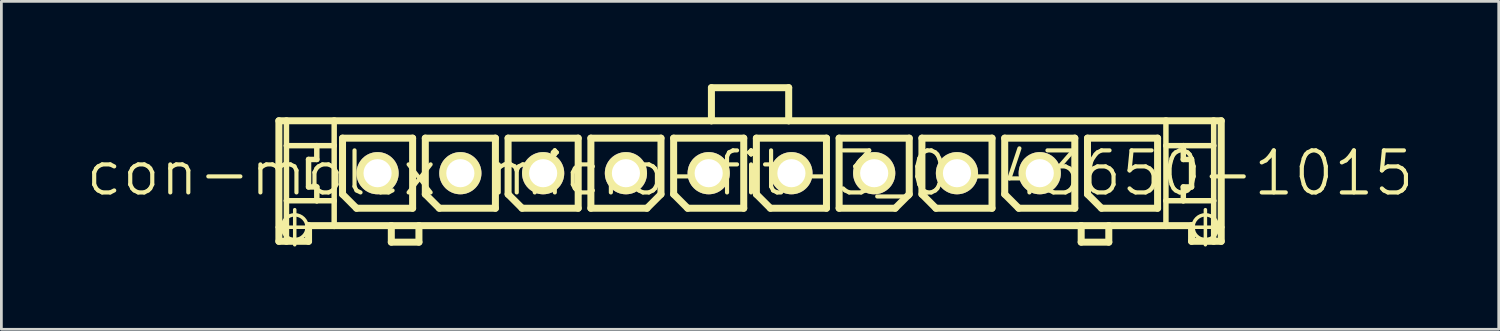
<source format=kicad_pcb>
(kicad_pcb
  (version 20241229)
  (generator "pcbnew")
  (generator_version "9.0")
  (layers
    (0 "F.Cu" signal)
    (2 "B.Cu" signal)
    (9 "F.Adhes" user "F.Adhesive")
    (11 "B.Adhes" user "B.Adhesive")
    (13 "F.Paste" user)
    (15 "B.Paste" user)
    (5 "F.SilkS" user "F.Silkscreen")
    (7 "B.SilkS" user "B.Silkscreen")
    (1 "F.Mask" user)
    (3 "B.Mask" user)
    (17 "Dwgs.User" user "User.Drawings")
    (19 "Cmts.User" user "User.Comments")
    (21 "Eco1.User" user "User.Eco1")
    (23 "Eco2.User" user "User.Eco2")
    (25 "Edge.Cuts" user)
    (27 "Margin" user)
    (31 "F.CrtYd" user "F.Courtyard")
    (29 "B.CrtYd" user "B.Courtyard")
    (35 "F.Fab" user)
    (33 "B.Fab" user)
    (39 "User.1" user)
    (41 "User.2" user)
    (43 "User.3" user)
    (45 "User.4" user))
  (footprint "con-molex-micro-fit-3_0-43650-1015"
    (layer "F.Cu")
    (at 24.13 3.226)
    (property "Reference" "con-molex-micro-fit-3_0-43650-1015" (at 0 0 0) (layer "F.SilkS") (effects (font (size 1.524 1.524) (thickness 0.15))))
    (attr exclude_from_pos_files exclude_from_bom)
    (fp_line (start -17.135 1.958) (end -15.865 1.958) (stroke (width 0.127) (type solid)) (layer "F.SilkS"))
    (fp_line (start -17.074 -1.9) (end -16.8 -1.9) (stroke (width 0.254) (type solid)) (layer "F.SilkS"))
    (fp_line (start -17.074 2.469) (end -17.074 -1.9) (stroke (width 0.254) (type solid)) (layer "F.SilkS"))
    (fp_line (start -16.8 -1.9) (end -15.07 -1.9) (stroke (width 0.254) (type solid)) (layer "F.SilkS"))
    (fp_line (start -16.8 -0.998) (end -16.8 -1.9) (stroke (width 0.198) (type solid)) (layer "F.SilkS"))
    (fp_line (start -16.8 0.998) (end -16.8 -0.998) (stroke (width 0.198) (type solid)) (layer "F.SilkS"))
    (fp_line (start -16.8 2.469) (end -17.074 2.469) (stroke (width 0.254) (type solid)) (layer "F.SilkS"))
    (fp_line (start -16.8 2.469) (end -16.8 0.998) (stroke (width 0.198) (type solid)) (layer "F.SilkS"))
    (fp_line (start -16.5 2.593) (end -16.5 1.323) (stroke (width 0.127) (type solid)) (layer "F.SilkS"))
    (fp_line (start -15.999 -0.498) (end -15.999 0.498) (stroke (width 0.198) (type solid)) (layer "F.SilkS"))
    (fp_line (start -15.999 0.498) (end -15.7 0.498) (stroke (width 0.198) (type solid)) (layer "F.SilkS"))
    (fp_line (start -15.999 1.9) (end -15.999 2.469) (stroke (width 0.254) (type solid)) (layer "F.SilkS"))
    (fp_line (start -15.999 2.469) (end -16.8 2.469) (stroke (width 0.254) (type solid)) (layer "F.SilkS"))
    (fp_line (start -15.7 -0.998) (end -16.8 -0.998) (stroke (width 0.198) (type solid)) (layer "F.SilkS"))
    (fp_line (start -15.7 -0.998) (end -15.7 -0.498) (stroke (width 0.198) (type solid)) (layer "F.SilkS"))
    (fp_line (start -15.7 -0.498) (end -15.999 -0.498) (stroke (width 0.198) (type solid)) (layer "F.SilkS"))
    (fp_line (start -15.7 0.498) (end -15.7 0.998) (stroke (width 0.198) (type solid)) (layer "F.SilkS"))
    (fp_line (start -15.7 0.998) (end -16.8 0.998) (stroke (width 0.198) (type solid)) (layer "F.SilkS"))
    (fp_line (start -15.07 -1.9) (end -1.4 -1.9) (stroke (width 0.254) (type solid)) (layer "F.SilkS"))
    (fp_line (start -15.07 -0.998) (end -15.7 -0.998) (stroke (width 0.198) (type solid)) (layer "F.SilkS"))
    (fp_line (start -15.07 -0.998) (end -15.07 -1.9) (stroke (width 0.198) (type solid)) (layer "F.SilkS"))
    (fp_line (start -15.07 0.998) (end -15.7 0.998) (stroke (width 0.198) (type solid)) (layer "F.SilkS"))
    (fp_line (start -15.07 0.998) (end -15.07 -0.998) (stroke (width 0.198) (type solid)) (layer "F.SilkS"))
    (fp_line (start -15.07 1.9) (end -15.999 1.9) (stroke (width 0.254) (type solid)) (layer "F.SilkS"))
    (fp_line (start -15.07 1.9) (end -15.07 0.998) (stroke (width 0.198) (type solid)) (layer "F.SilkS"))
    (fp_line (start -14.768 -1.27) (end -12.228 -1.27) (stroke (width 0.254) (type solid)) (layer "F.SilkS"))
    (fp_line (start -14.768 0.762) (end -14.768 -1.27) (stroke (width 0.254) (type solid)) (layer "F.SilkS"))
    (fp_line (start -14.26 1.27) (end -14.768 0.762) (stroke (width 0.254) (type solid)) (layer "F.SilkS"))
    (fp_line (start -13 1.9) (end -15.07 1.9) (stroke (width 0.254) (type solid)) (layer "F.SilkS"))
    (fp_line (start -13 1.9) (end -13 2.499) (stroke (width 0.254) (type solid)) (layer "F.SilkS"))
    (fp_line (start -13 2.499) (end -11.999 2.499) (stroke (width 0.254) (type solid)) (layer "F.SilkS"))
    (fp_line (start -12.228 -1.27) (end -12.228 1.27) (stroke (width 0.254) (type solid)) (layer "F.SilkS"))
    (fp_line (start -12.228 1.27) (end -14.26 1.27) (stroke (width 0.254) (type solid)) (layer "F.SilkS"))
    (fp_line (start -11.999 1.9) (end -13 1.9) (stroke (width 0.254) (type solid)) (layer "F.SilkS"))
    (fp_line (start -11.999 2.499) (end -11.999 1.9) (stroke (width 0.254) (type solid)) (layer "F.SilkS"))
    (fp_line (start -11.768 -1.27) (end -9.228 -1.27) (stroke (width 0.254) (type solid)) (layer "F.SilkS"))
    (fp_line (start -11.768 0.762) (end -11.768 -1.27) (stroke (width 0.254) (type solid)) (layer "F.SilkS"))
    (fp_line (start -11.26 1.27) (end -11.768 0.762) (stroke (width 0.254) (type solid)) (layer "F.SilkS"))
    (fp_line (start -9.228 -1.27) (end -9.228 1.27) (stroke (width 0.254) (type solid)) (layer "F.SilkS"))
    (fp_line (start -9.228 1.27) (end -11.26 1.27) (stroke (width 0.254) (type solid)) (layer "F.SilkS"))
    (fp_line (start -8.768 -1.27) (end -6.228 -1.27) (stroke (width 0.254) (type solid)) (layer "F.SilkS"))
    (fp_line (start -8.768 0.762) (end -8.768 -1.27) (stroke (width 0.254) (type solid)) (layer "F.SilkS"))
    (fp_line (start -8.26 1.27) (end -8.768 0.762) (stroke (width 0.254) (type solid)) (layer "F.SilkS"))
    (fp_line (start -6.228 -1.27) (end -6.228 1.27) (stroke (width 0.254) (type solid)) (layer "F.SilkS"))
    (fp_line (start -6.228 1.27) (end -8.26 1.27) (stroke (width 0.254) (type solid)) (layer "F.SilkS"))
    (fp_line (start -5.768 -1.27) (end -3.228 -1.27) (stroke (width 0.254) (type solid)) (layer "F.SilkS"))
    (fp_line (start -5.768 1.27) (end -5.768 -1.27) (stroke (width 0.254) (type solid)) (layer "F.SilkS"))
    (fp_line (start -3.736 1.27) (end -5.768 1.27) (stroke (width 0.254) (type solid)) (layer "F.SilkS"))
    (fp_line (start -3.228 -1.27) (end -3.228 0.762) (stroke (width 0.254) (type solid)) (layer "F.SilkS"))
    (fp_line (start -3.228 0.762) (end -3.736 1.27) (stroke (width 0.254) (type solid)) (layer "F.SilkS"))
    (fp_line (start -2.769 -1.27) (end -0.229 -1.27) (stroke (width 0.254) (type solid)) (layer "F.SilkS"))
    (fp_line (start -2.769 0.762) (end -2.769 -1.27) (stroke (width 0.254) (type solid)) (layer "F.SilkS"))
    (fp_line (start -2.261 1.27) (end -2.769 0.762) (stroke (width 0.254) (type solid)) (layer "F.SilkS"))
    (fp_line (start -1.4 -3.099) (end -1.4 -1.9) (stroke (width 0.254) (type solid)) (layer "F.SilkS"))
    (fp_line (start -1.4 -3.099) (end 1.4 -3.099) (stroke (width 0.254) (type solid)) (layer "F.SilkS"))
    (fp_line (start -1.4 -1.9) (end 1.4 -1.9) (stroke (width 0.254) (type solid)) (layer "F.SilkS"))
    (fp_line (start -0.229 -1.27) (end -0.229 1.27) (stroke (width 0.254) (type solid)) (layer "F.SilkS"))
    (fp_line (start -0.229 1.27) (end -2.261 1.27) (stroke (width 0.254) (type solid)) (layer "F.SilkS"))
    (fp_line (start 0.229 -1.27) (end 2.769 -1.27) (stroke (width 0.254) (type solid)) (layer "F.SilkS"))
    (fp_line (start 0.229 0.762) (end 0.229 -1.27) (stroke (width 0.254) (type solid)) (layer "F.SilkS"))
    (fp_line (start 0.737 1.27) (end 0.229 0.762) (stroke (width 0.254) (type solid)) (layer "F.SilkS"))
    (fp_line (start 1.4 -3.099) (end 1.4 -1.9) (stroke (width 0.254) (type solid)) (layer "F.SilkS"))
    (fp_line (start 1.4 -1.9) (end 15.07 -1.9) (stroke (width 0.254) (type solid)) (layer "F.SilkS"))
    (fp_line (start 2.769 -1.27) (end 2.769 1.27) (stroke (width 0.254) (type solid)) (layer "F.SilkS"))
    (fp_line (start 2.769 1.27) (end 0.737 1.27) (stroke (width 0.254) (type solid)) (layer "F.SilkS"))
    (fp_line (start 3.228 -1.27) (end 5.768 -1.27) (stroke (width 0.254) (type solid)) (layer "F.SilkS"))
    (fp_line (start 3.228 1.27) (end 3.228 -1.27) (stroke (width 0.254) (type solid)) (layer "F.SilkS"))
    (fp_line (start 5.26 1.27) (end 3.228 1.27) (stroke (width 0.254) (type solid)) (layer "F.SilkS"))
    (fp_line (start 5.768 -1.27) (end 5.768 0.762) (stroke (width 0.254) (type solid)) (layer "F.SilkS"))
    (fp_line (start 5.768 0.762) (end 5.26 1.27) (stroke (width 0.254) (type solid)) (layer "F.SilkS"))
    (fp_line (start 6.228 -1.27) (end 8.768 -1.27) (stroke (width 0.254) (type solid)) (layer "F.SilkS"))
    (fp_line (start 6.228 0.762) (end 6.228 -1.27) (stroke (width 0.254) (type solid)) (layer "F.SilkS"))
    (fp_line (start 6.736 1.27) (end 6.228 0.762) (stroke (width 0.254) (type solid)) (layer "F.SilkS"))
    (fp_line (start 8.768 -1.27) (end 8.768 1.27) (stroke (width 0.254) (type solid)) (layer "F.SilkS"))
    (fp_line (start 8.768 1.27) (end 6.736 1.27) (stroke (width 0.254) (type solid)) (layer "F.SilkS"))
    (fp_line (start 9.228 -1.27) (end 11.768 -1.27) (stroke (width 0.254) (type solid)) (layer "F.SilkS"))
    (fp_line (start 9.228 0.762) (end 9.228 -1.27) (stroke (width 0.254) (type solid)) (layer "F.SilkS"))
    (fp_line (start 9.736 1.27) (end 9.228 0.762) (stroke (width 0.254) (type solid)) (layer "F.SilkS"))
    (fp_line (start 11.768 -1.27) (end 11.768 1.27) (stroke (width 0.254) (type solid)) (layer "F.SilkS"))
    (fp_line (start 11.768 1.27) (end 9.736 1.27) (stroke (width 0.254) (type solid)) (layer "F.SilkS"))
    (fp_line (start 11.999 1.9) (end -11.999 1.9) (stroke (width 0.254) (type solid)) (layer "F.SilkS"))
    (fp_line (start 11.999 1.9) (end 11.999 2.499) (stroke (width 0.254) (type solid)) (layer "F.SilkS"))
    (fp_line (start 11.999 2.499) (end 13 2.499) (stroke (width 0.254) (type solid)) (layer "F.SilkS"))
    (fp_line (start 12.228 -1.27) (end 14.768 -1.27) (stroke (width 0.254) (type solid)) (layer "F.SilkS"))
    (fp_line (start 12.228 0.762) (end 12.228 -1.27) (stroke (width 0.254) (type solid)) (layer "F.SilkS"))
    (fp_line (start 12.736 1.27) (end 12.228 0.762) (stroke (width 0.254) (type solid)) (layer "F.SilkS"))
    (fp_line (start 13 1.9) (end 11.999 1.9) (stroke (width 0.254) (type solid)) (layer "F.SilkS"))
    (fp_line (start 13 2.499) (end 13 1.9) (stroke (width 0.254) (type solid)) (layer "F.SilkS"))
    (fp_line (start 14.768 -1.27) (end 14.768 1.27) (stroke (width 0.254) (type solid)) (layer "F.SilkS"))
    (fp_line (start 14.768 1.27) (end 12.736 1.27) (stroke (width 0.254) (type solid)) (layer "F.SilkS"))
    (fp_line (start 15.07 -1.9) (end 15.07 -0.998) (stroke (width 0.198) (type solid)) (layer "F.SilkS"))
    (fp_line (start 15.07 -1.9) (end 16.8 -1.9) (stroke (width 0.254) (type solid)) (layer "F.SilkS"))
    (fp_line (start 15.07 -0.998) (end 15.07 0.998) (stroke (width 0.198) (type solid)) (layer "F.SilkS"))
    (fp_line (start 15.07 -0.998) (end 15.7 -0.998) (stroke (width 0.198) (type solid)) (layer "F.SilkS"))
    (fp_line (start 15.07 0.998) (end 15.07 1.9) (stroke (width 0.198) (type solid)) (layer "F.SilkS"))
    (fp_line (start 15.07 0.998) (end 15.7 0.998) (stroke (width 0.198) (type solid)) (layer "F.SilkS"))
    (fp_line (start 15.07 1.9) (end 13 1.9) (stroke (width 0.254) (type solid)) (layer "F.SilkS"))
    (fp_line (start 15.7 -0.998) (end 15.7 -0.498) (stroke (width 0.198) (type solid)) (layer "F.SilkS"))
    (fp_line (start 15.7 -0.998) (end 16.8 -0.998) (stroke (width 0.198) (type solid)) (layer "F.SilkS"))
    (fp_line (start 15.7 -0.498) (end 15.999 -0.498) (stroke (width 0.198) (type solid)) (layer "F.SilkS"))
    (fp_line (start 15.7 0.498) (end 15.7 0.998) (stroke (width 0.198) (type solid)) (layer "F.SilkS"))
    (fp_line (start 15.7 0.998) (end 16.8 0.998) (stroke (width 0.198) (type solid)) (layer "F.SilkS"))
    (fp_line (start 15.865 1.958) (end 17.135 1.958) (stroke (width 0.127) (type solid)) (layer "F.SilkS"))
    (fp_line (start 15.999 -0.498) (end 15.999 0.498) (stroke (width 0.198) (type solid)) (layer "F.SilkS"))
    (fp_line (start 15.999 0.498) (end 15.7 0.498) (stroke (width 0.198) (type solid)) (layer "F.SilkS"))
    (fp_line (start 15.999 1.9) (end 15.07 1.9) (stroke (width 0.254) (type solid)) (layer "F.SilkS"))
    (fp_line (start 15.999 2.469) (end 15.999 1.9) (stroke (width 0.254) (type solid)) (layer "F.SilkS"))
    (fp_line (start 15.999 2.469) (end 16.8 2.469) (stroke (width 0.254) (type solid)) (layer "F.SilkS"))
    (fp_line (start 16.5 2.593) (end 16.5 1.323) (stroke (width 0.127) (type solid)) (layer "F.SilkS"))
    (fp_line (start 16.8 -1.9) (end 17.074 -1.9) (stroke (width 0.254) (type solid)) (layer "F.SilkS"))
    (fp_line (start 16.8 -0.998) (end 16.8 -1.9) (stroke (width 0.198) (type solid)) (layer "F.SilkS"))
    (fp_line (start 16.8 0.998) (end 16.8 -0.998) (stroke (width 0.198) (type solid)) (layer "F.SilkS"))
    (fp_line (start 16.8 2.469) (end 16.8 0.998) (stroke (width 0.198) (type solid)) (layer "F.SilkS"))
    (fp_line (start 16.8 2.469) (end 17.074 2.469) (stroke (width 0.254) (type solid)) (layer "F.SilkS"))
    (fp_line (start 17.074 -1.9) (end 17.074 2.469) (stroke (width 0.254) (type solid)) (layer "F.SilkS"))
    (fp_circle (center -16.5 1.958) (end -16.817 2.276) (stroke (width 0.127) (type solid)) (fill no) (layer "F.SilkS"))
    (fp_circle (center 16.5 1.958) (end 16.817 2.276) (stroke (width 0.127) (type solid)) (fill no) (layer "F.SilkS"))
    (pad "P$1" thru_hole rect (at 13.498 0) (size 0.001 0.001) (drill 1.019) (layers "*.Cu" "F.Mask" "F.SilkS" "F.Paste"))
    (pad "P$2" thru_hole circle (at 10.498 0) (size 1.529 1.529) (drill 1.019) (layers "*.Cu" "F.Mask" "F.SilkS" "F.Paste"))
    (pad "P$3" thru_hole circle (at 7.498 0) (size 1.529 1.529) (drill 1.019) (layers "*.Cu" "F.Mask" "F.SilkS" "F.Paste"))
    (pad "P$4" thru_hole circle (at 4.498 0) (size 1.529 1.529) (drill 1.019) (layers "*.Cu" "F.Mask" "F.SilkS" "F.Paste"))
    (pad "P$5" thru_hole circle (at 1.499 0) (size 1.529 1.529) (drill 1.019) (layers "*.Cu" "F.Mask" "F.SilkS" "F.Paste"))
    (pad "P$6" thru_hole circle (at -1.499 0) (size 1.529 1.529) (drill 1.019) (layers "*.Cu" "F.Mask" "F.SilkS" "F.Paste"))
    (pad "P$7" thru_hole circle (at -4.498 0) (size 1.529 1.529) (drill 1.019) (layers "*.Cu" "F.Mask" "F.SilkS" "F.Paste"))
    (pad "P$8" thru_hole circle (at -7.498 0) (size 1.529 1.529) (drill 1.019) (layers "*.Cu" "F.Mask" "F.SilkS" "F.Paste"))
    (pad "P$9" thru_hole circle (at -10.498 0) (size 1.529 1.529) (drill 1.019) (layers "*.Cu" "F.Mask" "F.SilkS" "F.Paste"))
    (pad "P$10" thru_hole circle (at -13.498 0) (size 1.529 1.529) (drill 1.019) (layers "*.Cu" "F.Mask" "F.SilkS" "F.Paste")))
  (gr_rect
    (start -3 -3)
    (end 51.26 8.883)
    (stroke (width 0.1) (type default))
    (fill no)
    (layer "Edge.Cuts")))
</source>
